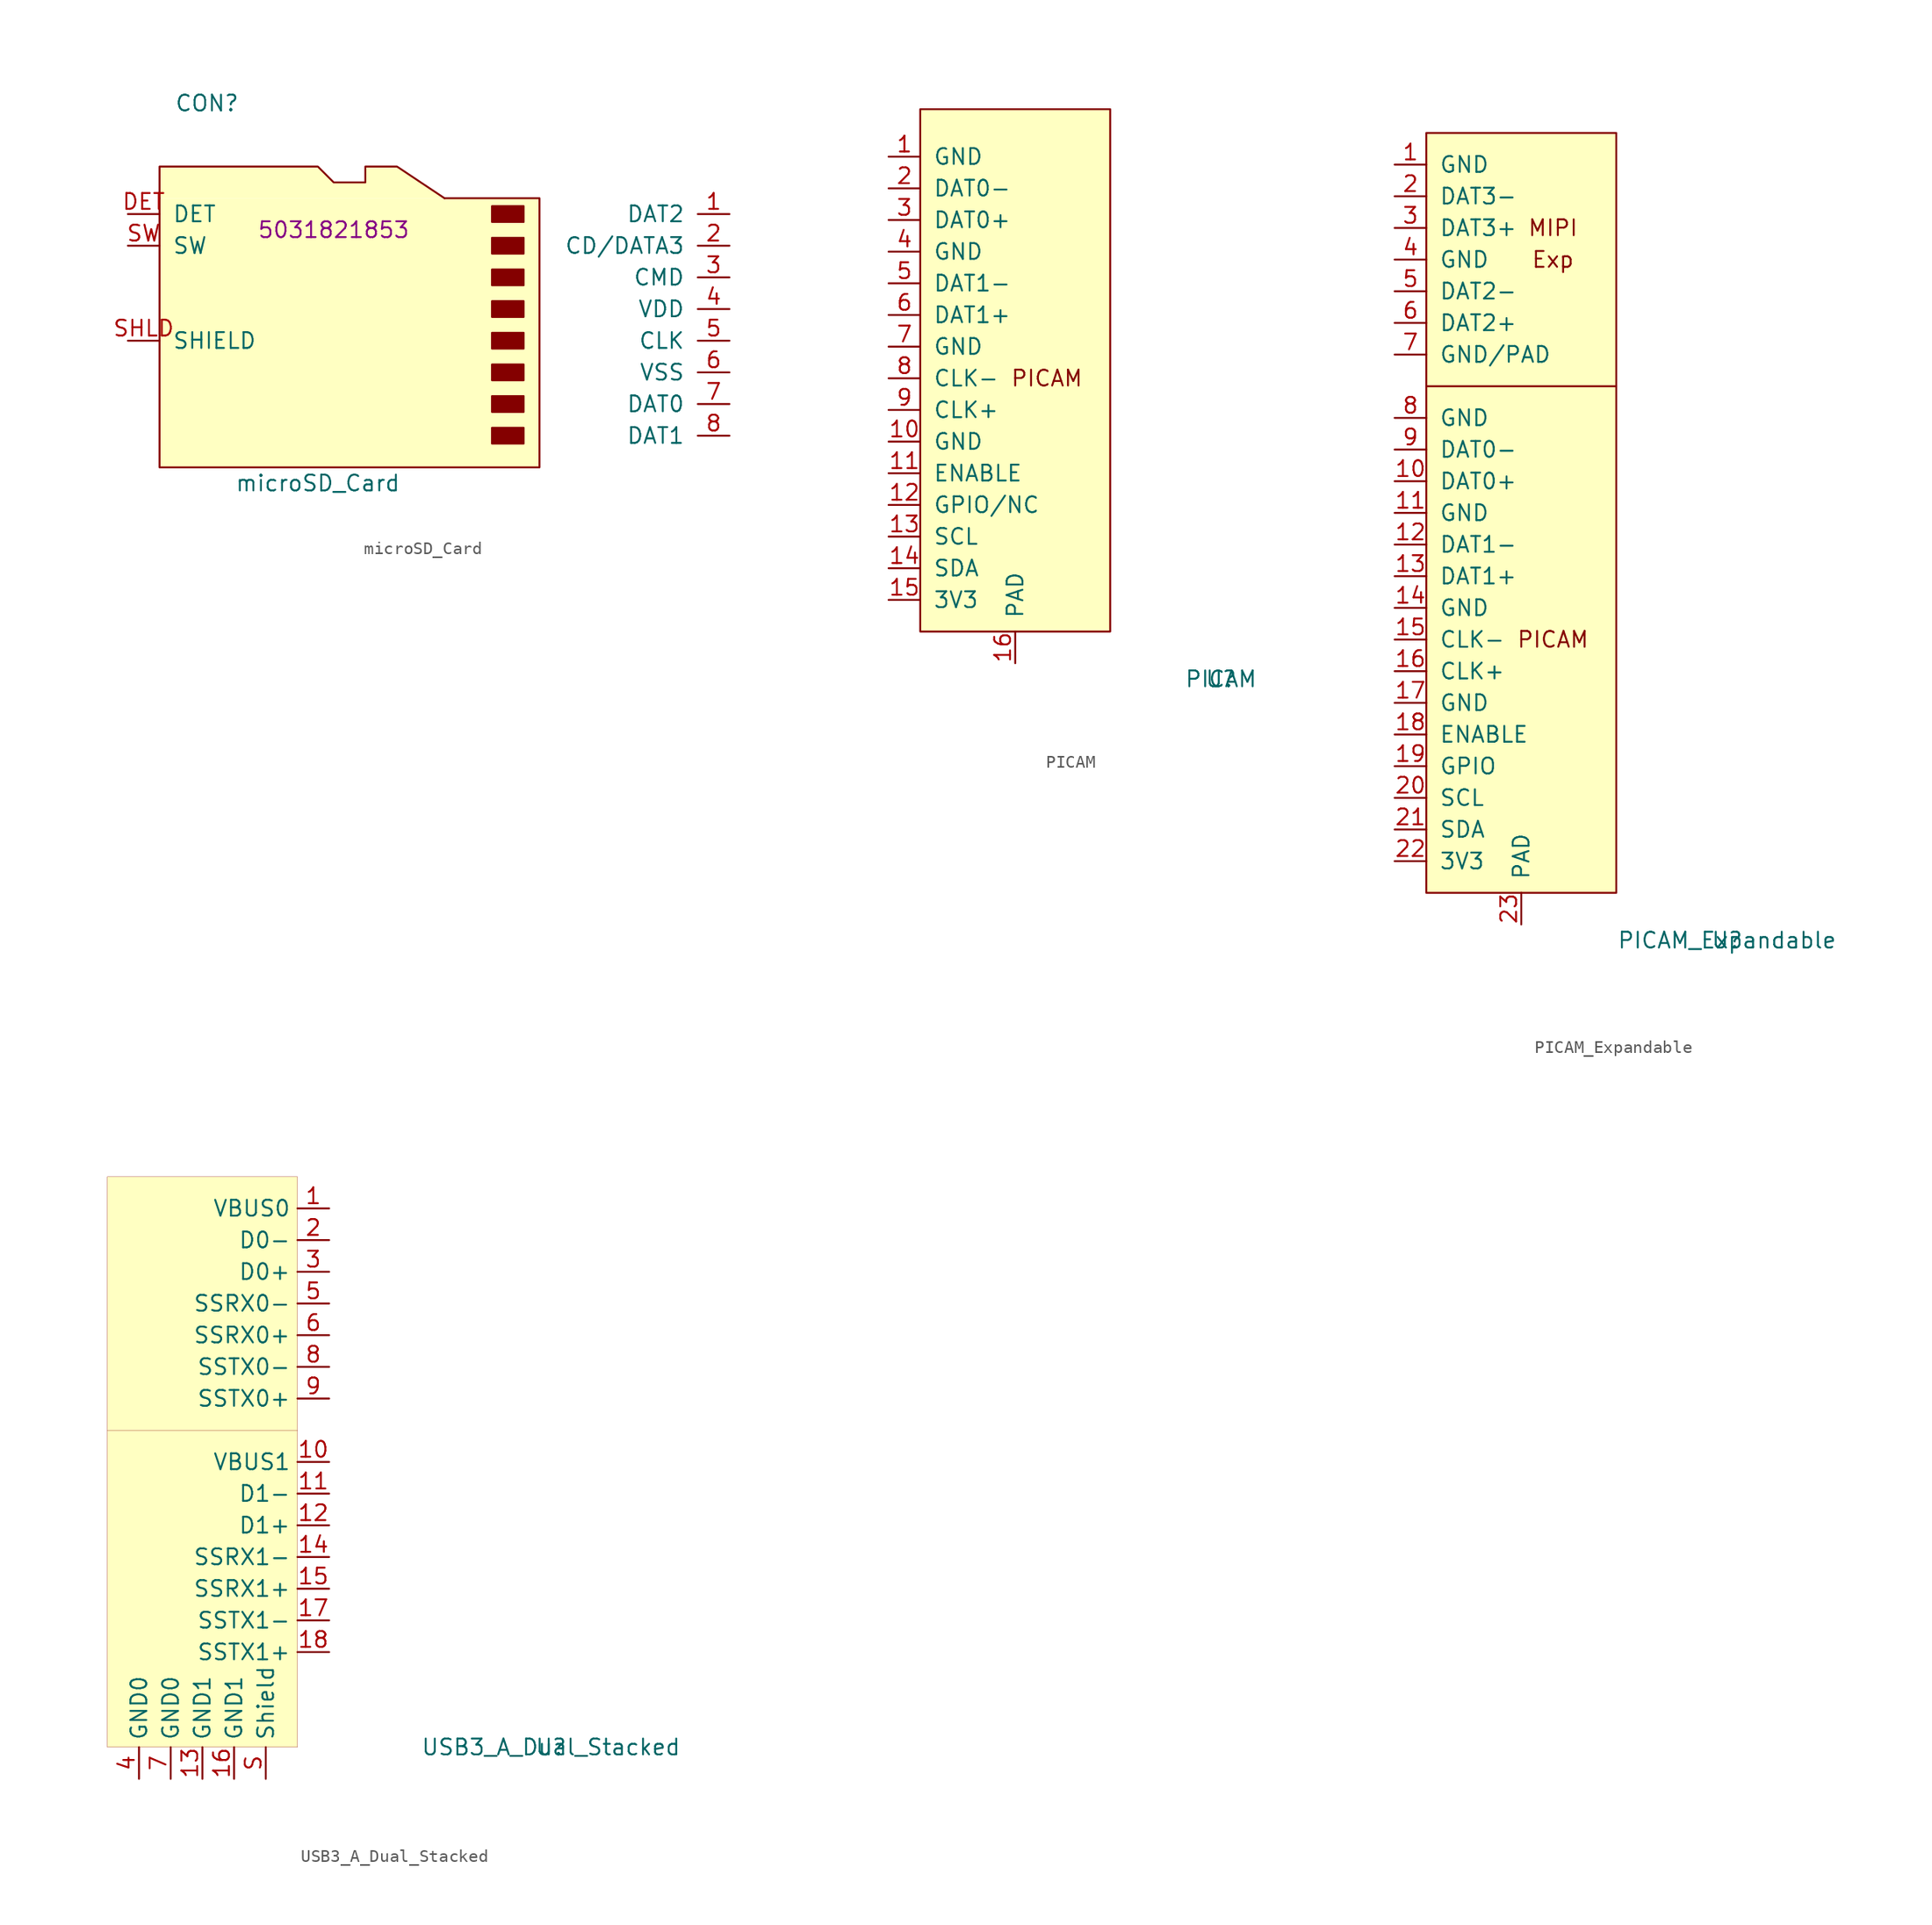
<source format=kicad_sym>
(kicad_symbol_lib
  (version 20201005)
  (generator kicad_symbol_editor)
  (symbol "Connectors_OSRF:microSD_Card"
    (pin_names
      (offset 1.016))
    (property "Reference" "CON"
      (at -11.43 16.51 0)
      (effects (font (size 1.27 1.27))))
    (property "Value" "microSD_Card"
      (at -2.54 -13.97 0)
      (effects (font (size 1.27 1.27))))
    (property "Footprint" "5031821853"
      (at -1.27 6.35 0)
      (effects (font (size 1.27 1.27))))
    (symbol "microSD_Card_0_1"
      (rectangle (start 13.97 -9.525) (end 11.43 -10.795) (stroke (width 0)) (fill (type outline)))
      (rectangle (start 13.97 -6.985) (end 11.43 -8.255) (stroke (width 0)) (fill (type outline)))
      (rectangle (start 13.97 -4.445) (end 11.43 -5.715) (stroke (width 0)) (fill (type outline)))
      (rectangle (start 13.97 -1.905) (end 11.43 -3.175) (stroke (width 0)) (fill (type outline)))
      (rectangle (start 13.97 0.635) (end 11.43 -0.635) (stroke (width 0)) (fill (type outline)))
      (rectangle (start 13.97 3.175) (end 11.43 1.905) (stroke (width 0)) (fill (type outline)))
      (rectangle (start 13.97 5.715) (end 11.43 4.445) (stroke (width 0)) (fill (type outline)))
      (rectangle (start 13.97 8.255) (end 11.43 6.985) (stroke (width 0)) (fill (type outline)))
      (polyline (pts (xy -15.24 8.89) (xy -15.24 -12.7) (xy 15.24 -12.7) (xy 15.24 8.89) (xy 7.62 8.89)) (stroke (width 0)) (fill (type background)))
      (polyline (pts (xy 7.62 8.89) (xy 3.81 11.43) (xy 1.27 11.43) (xy 1.27 10.16) (xy 0 10.16) (xy -1.27 10.16) (xy -2.54 11.43) (xy -15.24 11.43) (xy -15.24 8.89)) (stroke (width 0)) (fill (type background))))
    (symbol "microSD_Card_1_1"
      (pin input line (at 30.48 7.62 180) (length 2.54) (name "DAT2" (effects (font (size 1.27 1.27)))) (number "1" (effects (font (size 1.27 1.27)))))
      (pin input line (at 30.48 5.08 180) (length 2.54) (name "CD/DATA3" (effects (font (size 1.27 1.27)))) (number "2" (effects (font (size 1.27 1.27)))))
      (pin input line (at 30.48 2.54 180) (length 2.54) (name "CMD" (effects (font (size 1.27 1.27)))) (number "3" (effects (font (size 1.27 1.27)))))
      (pin input line (at 30.48 0 180) (length 2.54) (name "VDD" (effects (font (size 1.27 1.27)))) (number "4" (effects (font (size 1.27 1.27)))))
      (pin input line (at 30.48 -2.54 180) (length 2.54) (name "CLK" (effects (font (size 1.27 1.27)))) (number "5" (effects (font (size 1.27 1.27)))))
      (pin input line (at 30.48 -5.08 180) (length 2.54) (name "VSS" (effects (font (size 1.27 1.27)))) (number "6" (effects (font (size 1.27 1.27)))))
      (pin input line (at 30.48 -7.62 180) (length 2.54) (name "DAT0" (effects (font (size 1.27 1.27)))) (number "7" (effects (font (size 1.27 1.27)))))
      (pin input line (at 30.48 -10.16 180) (length 2.54) (name "DAT1" (effects (font (size 1.27 1.27)))) (number "8" (effects (font (size 1.27 1.27)))))
      (pin input line (at -17.78 7.62 0) (length 2.54) (name "DET" (effects (font (size 1.27 1.27)))) (number "DET" (effects (font (size 1.27 1.27)))))
      (pin input line (at -17.78 -2.54 0) (length 2.54) (name "SHIELD" (effects (font (size 1.27 1.27)))) (number "SHLD" (effects (font (size 1.27 1.27)))))
      (pin input line (at -17.78 5.08 0) (length 2.54) (name "SW" (effects (font (size 1.27 1.27)))) (number "SW" (effects (font (size 1.27 1.27)))))))
  (symbol "Connectors_OSRF:PICAM"
    (pin_names
      (offset 1.016))
    (property "Reference" "U"
      (at 16.51 -25.4 0)
      (effects (font (size 1.27 1.27))))
    (property "Value" "PICAM"
      (at 16.51 -25.4 0)
      (effects (font (size 1.27 1.27))))
    (symbol "PICAM_0_0"
      (text "PICAM" (at 2.54 -1.27 0) (effects (font (size 1.27 1.27)))))
    (symbol "PICAM_0_1"
      (rectangle (start -7.62 20.32) (end 7.62 -21.59) (stroke (width 0.152)) (fill (type background))))
    (symbol "PICAM_1_1"
      (pin power_in line (at -10.16 16.51 0) (length 2.54) (name "GND" (effects (font (size 1.27 1.27)))) (number "1" (effects (font (size 1.27 1.27)))))
      (pin power_in line (at -10.16 -6.35 0) (length 2.54) (name "GND" (effects (font (size 1.27 1.27)))) (number "10" (effects (font (size 1.27 1.27)))))
      (pin input line (at -10.16 -8.89 0) (length 2.54) (name "ENABLE" (effects (font (size 1.27 1.27)))) (number "11" (effects (font (size 1.27 1.27)))))
      (pin input line (at -10.16 -11.43 0) (length 2.54) (name "GPIO/NC" (effects (font (size 1.27 1.27)))) (number "12" (effects (font (size 1.27 1.27)))))
      (pin input line (at -10.16 -13.97 0) (length 2.54) (name "SCL" (effects (font (size 1.27 1.27)))) (number "13" (effects (font (size 1.27 1.27)))))
      (pin input line (at -10.16 -16.51 0) (length 2.54) (name "SDA" (effects (font (size 1.27 1.27)))) (number "14" (effects (font (size 1.27 1.27)))))
      (pin power_in line (at -10.16 -19.05 0) (length 2.54) (name "3V3" (effects (font (size 1.27 1.27)))) (number "15" (effects (font (size 1.27 1.27)))))
      (pin passive line (at 0 -24.13 90) (length 2.54) (name "PAD" (effects (font (size 1.27 1.27)))) (number "16" (effects (font (size 1.27 1.27)))))
      (pin input line (at -10.16 13.97 0) (length 2.54) (name "DAT0-" (effects (font (size 1.27 1.27)))) (number "2" (effects (font (size 1.27 1.27)))))
      (pin input line (at -10.16 11.43 0) (length 2.54) (name "DAT0+" (effects (font (size 1.27 1.27)))) (number "3" (effects (font (size 1.27 1.27)))))
      (pin power_in line (at -10.16 8.89 0) (length 2.54) (name "GND" (effects (font (size 1.27 1.27)))) (number "4" (effects (font (size 1.27 1.27)))))
      (pin input line (at -10.16 6.35 0) (length 2.54) (name "DAT1-" (effects (font (size 1.27 1.27)))) (number "5" (effects (font (size 1.27 1.27)))))
      (pin input line (at -10.16 3.81 0) (length 2.54) (name "DAT1+" (effects (font (size 1.27 1.27)))) (number "6" (effects (font (size 1.27 1.27)))))
      (pin power_in line (at -10.16 1.27 0) (length 2.54) (name "GND" (effects (font (size 1.27 1.27)))) (number "7" (effects (font (size 1.27 1.27)))))
      (pin input line (at -10.16 -1.27 0) (length 2.54) (name "CLK-" (effects (font (size 1.27 1.27)))) (number "8" (effects (font (size 1.27 1.27)))))
      (pin input line (at -10.16 -3.81 0) (length 2.54) (name "CLK+" (effects (font (size 1.27 1.27)))) (number "9" (effects (font (size 1.27 1.27)))))))
  (symbol "Connectors_OSRF:PICAM_Expandable"
    (pin_names
      (offset 1.016))
    (property "Reference" "U"
      (at 16.51 -29.21 0)
      (effects (font (size 1.27 1.27))))
    (property "Value" "PICAM_Expandable"
      (at 16.51 -29.21 0)
      (effects (font (size 1.27 1.27))))
    (symbol "PICAM_Expandable_0_0"
      (text "Exp" (at 2.54 25.4 0) (effects (font (size 1.27 1.27))))
      (text "MIPI" (at 2.54 27.94 0) (effects (font (size 1.27 1.27))))
      (text "PICAM" (at 2.54 -5.08 0) (effects (font (size 1.27 1.27))))
      (polyline (pts (xy -7.62 15.24) (xy 7.62 15.24)) (stroke (width 0.152)) (fill (type none))))
    (symbol "PICAM_Expandable_0_1"
      (rectangle (start -7.62 35.56) (end 7.62 -25.4) (stroke (width 0.152)) (fill (type background))))
    (symbol "PICAM_Expandable_1_1"
      (pin power_in line (at -10.16 33.02 0) (length 2.54) (name "GND" (effects (font (size 1.27 1.27)))) (number "1" (effects (font (size 1.27 1.27)))))
      (pin input line (at -10.16 7.62 0) (length 2.54) (name "DAT0+" (effects (font (size 1.27 1.27)))) (number "10" (effects (font (size 1.27 1.27)))))
      (pin power_in line (at -10.16 5.08 0) (length 2.54) (name "GND" (effects (font (size 1.27 1.27)))) (number "11" (effects (font (size 1.27 1.27)))))
      (pin input line (at -10.16 2.54 0) (length 2.54) (name "DAT1-" (effects (font (size 1.27 1.27)))) (number "12" (effects (font (size 1.27 1.27)))))
      (pin input line (at -10.16 0 0) (length 2.54) (name "DAT1+" (effects (font (size 1.27 1.27)))) (number "13" (effects (font (size 1.27 1.27)))))
      (pin power_in line (at -10.16 -2.54 0) (length 2.54) (name "GND" (effects (font (size 1.27 1.27)))) (number "14" (effects (font (size 1.27 1.27)))))
      (pin input line (at -10.16 -5.08 0) (length 2.54) (name "CLK-" (effects (font (size 1.27 1.27)))) (number "15" (effects (font (size 1.27 1.27)))))
      (pin input line (at -10.16 -7.62 0) (length 2.54) (name "CLK+" (effects (font (size 1.27 1.27)))) (number "16" (effects (font (size 1.27 1.27)))))
      (pin power_in line (at -10.16 -10.16 0) (length 2.54) (name "GND" (effects (font (size 1.27 1.27)))) (number "17" (effects (font (size 1.27 1.27)))))
      (pin input line (at -10.16 -12.7 0) (length 2.54) (name "ENABLE" (effects (font (size 1.27 1.27)))) (number "18" (effects (font (size 1.27 1.27)))))
      (pin input line (at -10.16 -15.24 0) (length 2.54) (name "GPIO" (effects (font (size 1.27 1.27)))) (number "19" (effects (font (size 1.27 1.27)))))
      (pin input line (at -10.16 30.48 0) (length 2.54) (name "DAT3-" (effects (font (size 1.27 1.27)))) (number "2" (effects (font (size 1.27 1.27)))))
      (pin input line (at -10.16 -17.78 0) (length 2.54) (name "SCL" (effects (font (size 1.27 1.27)))) (number "20" (effects (font (size 1.27 1.27)))))
      (pin input line (at -10.16 -20.32 0) (length 2.54) (name "SDA" (effects (font (size 1.27 1.27)))) (number "21" (effects (font (size 1.27 1.27)))))
      (pin power_in line (at -10.16 -22.86 0) (length 2.54) (name "3V3" (effects (font (size 1.27 1.27)))) (number "22" (effects (font (size 1.27 1.27)))))
      (pin passive line (at 0 -27.94 90) (length 2.54) (name "PAD" (effects (font (size 1.27 1.27)))) (number "23" (effects (font (size 1.27 1.27)))))
      (pin input line (at -10.16 27.94 0) (length 2.54) (name "DAT3+" (effects (font (size 1.27 1.27)))) (number "3" (effects (font (size 1.27 1.27)))))
      (pin power_in line (at -10.16 25.4 0) (length 2.54) (name "GND" (effects (font (size 1.27 1.27)))) (number "4" (effects (font (size 1.27 1.27)))))
      (pin input line (at -10.16 22.86 0) (length 2.54) (name "DAT2-" (effects (font (size 1.27 1.27)))) (number "5" (effects (font (size 1.27 1.27)))))
      (pin input line (at -10.16 20.32 0) (length 2.54) (name "DAT2+" (effects (font (size 1.27 1.27)))) (number "6" (effects (font (size 1.27 1.27)))))
      (pin power_in line (at -10.16 17.78 0) (length 2.54) (name "GND/PAD" (effects (font (size 1.27 1.27)))) (number "7" (effects (font (size 1.27 1.27)))))
      (pin power_in line (at -10.16 12.7 0) (length 2.54) (name "GND" (effects (font (size 1.27 1.27)))) (number "8" (effects (font (size 1.27 1.27)))))
      (pin input line (at -10.16 10.16 0) (length 2.54) (name "DAT0-" (effects (font (size 1.27 1.27)))) (number "9" (effects (font (size 1.27 1.27)))))))
  (symbol "Connectors_OSRF:USB3_A_Dual_Stacked"
    (property "Reference" "U"
      (at 27.94 -20.32 0)
      (effects (font (size 1.27 1.27))))
    (property "Value" "USB3_A_Dual_Stacked"
      (at 27.94 -20.32 0)
      (effects (font (size 1.27 1.27))))
    (symbol "USB3_A_Dual_Stacked_0_1"
      (rectangle (start 7.62 25.4) (end -7.62 -20.32) (stroke (width 0.001)) (fill (type background)))
      (polyline (pts (xy 7.62 5.08) (xy -7.62 5.08)) (stroke (width 0.001)) (fill (type none))))
    (symbol "USB3_A_Dual_Stacked_1_1"
      (pin input line (at 10.16 22.86 180) (length 2.54) (name "VBUS0" (effects (font (size 1.27 1.27)))) (number "1" (effects (font (size 1.27 1.27)))))
      (pin input line (at 10.16 20.32 180) (length 2.54) (name "D0-" (effects (font (size 1.27 1.27)))) (number "2" (effects (font (size 1.27 1.27)))))
      (pin input line (at 10.16 17.78 180) (length 2.54) (name "D0+" (effects (font (size 1.27 1.27)))) (number "3" (effects (font (size 1.27 1.27)))))
      (pin input line (at -5.08 -22.86 90) (length 2.54) (name "GND0" (effects (font (size 1.27 1.27)))) (number "4" (effects (font (size 1.27 1.27)))))
      (pin input line (at 10.16 15.24 180) (length 2.54) (name "SSRX0-" (effects (font (size 1.27 1.27)))) (number "5" (effects (font (size 1.27 1.27)))))
      (pin input line (at 10.16 12.7 180) (length 2.54) (name "SSRX0+" (effects (font (size 1.27 1.27)))) (number "6" (effects (font (size 1.27 1.27)))))
      (pin input line (at -2.54 -22.86 90) (length 2.54) (name "GND0" (effects (font (size 1.27 1.27)))) (number "7" (effects (font (size 1.27 1.27)))))
      (pin input line (at 10.16 10.16 180) (length 2.54) (name "SSTX0-" (effects (font (size 1.27 1.27)))) (number "8" (effects (font (size 1.27 1.27)))))
      (pin input line (at 10.16 7.62 180) (length 2.54) (name "SSTX0+" (effects (font (size 1.27 1.27)))) (number "9" (effects (font (size 1.27 1.27)))))
      (pin input line (at 10.16 2.54 180) (length 2.54) (name "VBUS1" (effects (font (size 1.27 1.27)))) (number "10" (effects (font (size 1.27 1.27)))))
      (pin input line (at 10.16 0 180) (length 2.54) (name "D1-" (effects (font (size 1.27 1.27)))) (number "11" (effects (font (size 1.27 1.27)))))
      (pin input line (at 10.16 -2.54 180) (length 2.54) (name "D1+" (effects (font (size 1.27 1.27)))) (number "12" (effects (font (size 1.27 1.27)))))
      (pin input line (at 0 -22.86 90) (length 2.54) (name "GND1" (effects (font (size 1.27 1.27)))) (number "13" (effects (font (size 1.27 1.27)))))
      (pin input line (at 10.16 -5.08 180) (length 2.54) (name "SSRX1-" (effects (font (size 1.27 1.27)))) (number "14" (effects (font (size 1.27 1.27)))))
      (pin input line (at 10.16 -7.62 180) (length 2.54) (name "SSRX1+" (effects (font (size 1.27 1.27)))) (number "15" (effects (font (size 1.27 1.27)))))
      (pin input line (at 2.54 -22.86 90) (length 2.54) (name "GND1" (effects (font (size 1.27 1.27)))) (number "16" (effects (font (size 1.27 1.27)))))
      (pin input line (at 10.16 -10.16 180) (length 2.54) (name "SSTX1-" (effects (font (size 1.27 1.27)))) (number "17" (effects (font (size 1.27 1.27)))))
      (pin input line (at 10.16 -12.7 180) (length 2.54) (name "SSTX1+" (effects (font (size 1.27 1.27)))) (number "18" (effects (font (size 1.27 1.27)))))
      (pin input line (at 5.08 -22.86 90) (length 2.54) (name "Shield" (effects (font (size 1.27 1.27)))) (number "S" (effects (font (size 1.27 1.27))))))))
</source>
